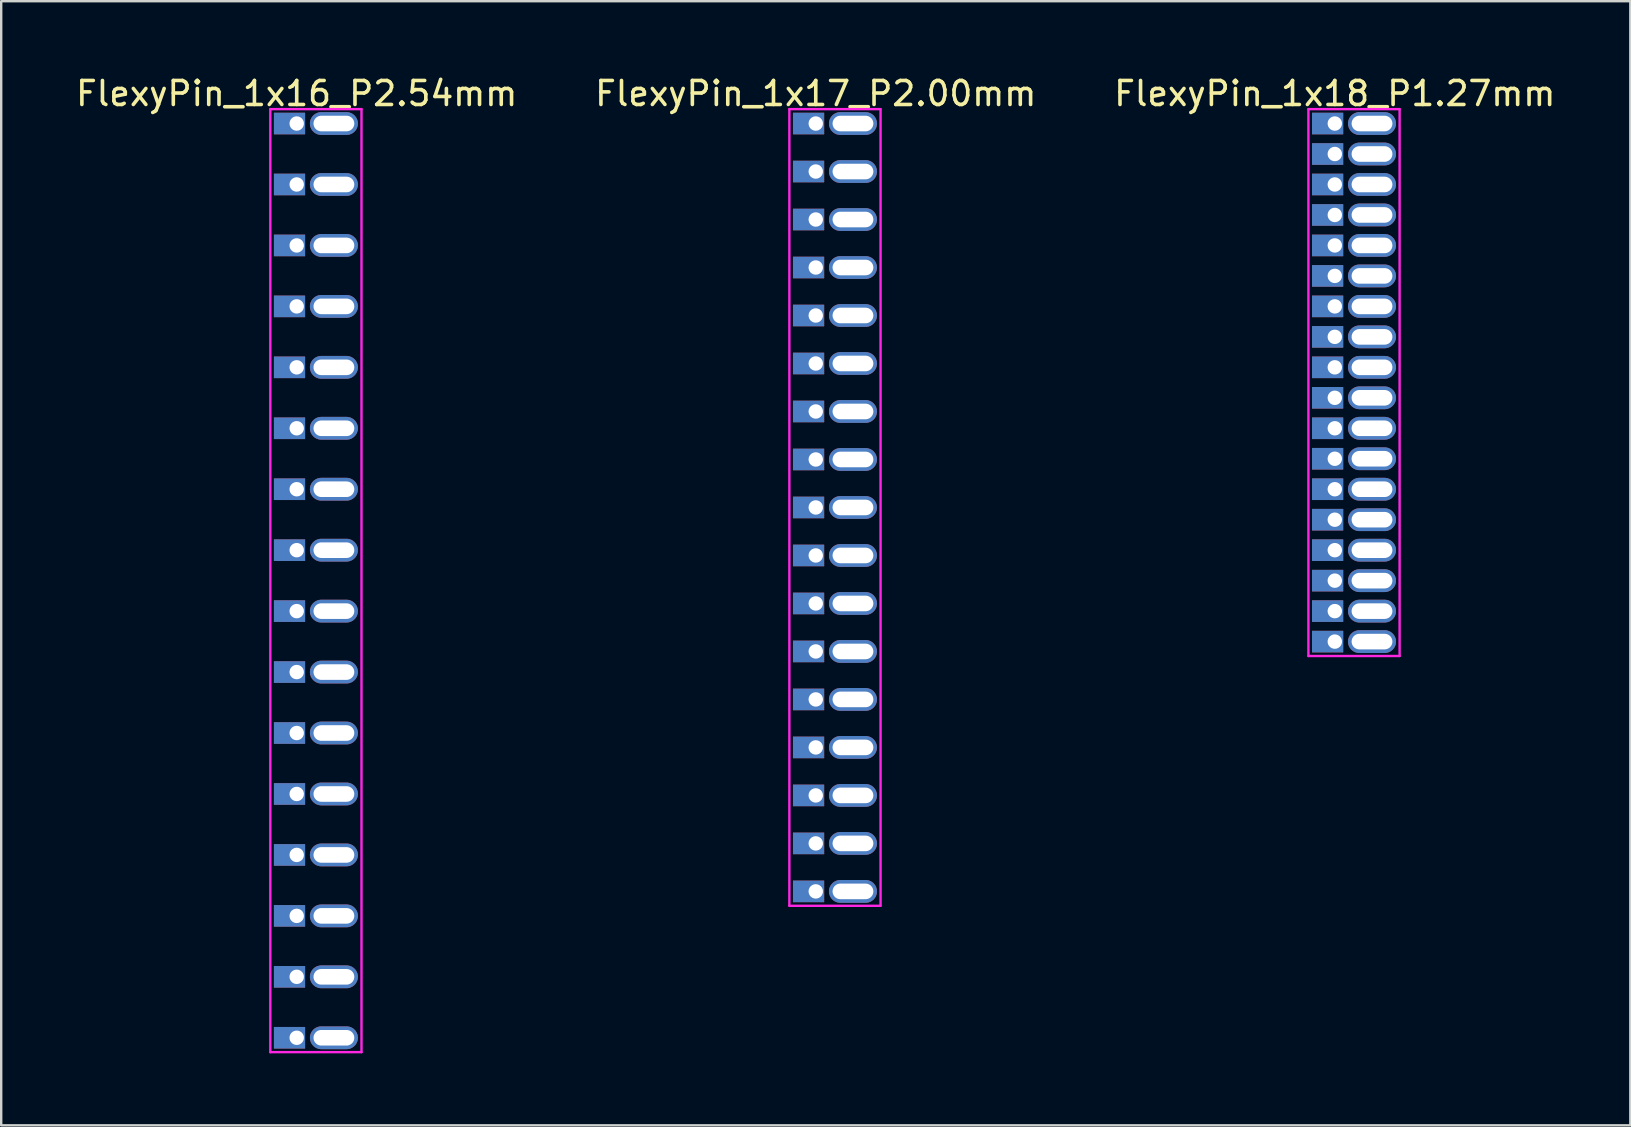
<source format=kicad_pcb>
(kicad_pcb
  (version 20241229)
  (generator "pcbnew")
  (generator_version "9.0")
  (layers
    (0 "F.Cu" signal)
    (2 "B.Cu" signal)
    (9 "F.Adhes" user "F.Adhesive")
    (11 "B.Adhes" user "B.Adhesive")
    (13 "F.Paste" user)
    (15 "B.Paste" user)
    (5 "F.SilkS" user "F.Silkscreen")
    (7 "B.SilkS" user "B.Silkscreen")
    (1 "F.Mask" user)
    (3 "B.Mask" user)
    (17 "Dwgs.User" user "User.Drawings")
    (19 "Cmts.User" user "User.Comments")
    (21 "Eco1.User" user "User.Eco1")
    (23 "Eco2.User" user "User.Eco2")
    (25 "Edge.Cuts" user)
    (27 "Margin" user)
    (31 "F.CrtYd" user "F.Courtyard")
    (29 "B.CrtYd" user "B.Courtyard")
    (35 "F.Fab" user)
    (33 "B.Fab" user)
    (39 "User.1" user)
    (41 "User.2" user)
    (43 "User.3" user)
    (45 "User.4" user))
  (footprint "FlexyPin_1x17_P2.00mm"
    (layer "F.Cu")
    (at 30.946 2.098)
    (property "Reference" "FlexyPin_1x17_P2.00mm" (at 0 -1.25 0) (layer "F.SilkS") (effects (font (size 1 1) (thickness 0.15))))
    (attr through_hole)
    (fp_line (start -1.1 -0.6) (end 2.7 -0.6) (stroke (width 0.1) (type solid)) (layer "F.CrtYd"))
    (fp_line (start -1.1 32.6) (end -1.1 -0.6) (stroke (width 0.1) (type solid)) (layer "F.CrtYd"))
    (fp_line (start 2.7 -0.6) (end 2.7 32.6) (stroke (width 0.1) (type solid)) (layer "F.CrtYd"))
    (fp_line (start 2.7 32.6) (end -1.1 32.6) (stroke (width 0.1) (type solid)) (layer "F.CrtYd"))
    (pad "" thru_hole oval (at 1.55 0) (size 2 0.95) (drill oval 1.7 0.65) (layers "*.Cu" "*.Mask"))
    (pad "" thru_hole oval (at 1.55 2) (size 2 0.95) (drill oval 1.7 0.65) (layers "*.Cu" "*.Mask"))
    (pad "" thru_hole oval (at 1.55 4) (size 2 0.95) (drill oval 1.7 0.65) (layers "*.Cu" "*.Mask"))
    (pad "" thru_hole oval (at 1.55 6) (size 2 0.95) (drill oval 1.7 0.65) (layers "*.Cu" "*.Mask"))
    (pad "" thru_hole oval (at 1.55 8) (size 2 0.95) (drill oval 1.7 0.65) (layers "*.Cu" "*.Mask"))
    (pad "" thru_hole oval (at 1.55 10) (size 2 0.95) (drill oval 1.7 0.65) (layers "*.Cu" "*.Mask"))
    (pad "" thru_hole oval (at 1.55 12) (size 2 0.95) (drill oval 1.7 0.65) (layers "*.Cu" "*.Mask"))
    (pad "" thru_hole oval (at 1.55 14) (size 2 0.95) (drill oval 1.7 0.65) (layers "*.Cu" "*.Mask"))
    (pad "" thru_hole oval (at 1.55 16) (size 2 0.95) (drill oval 1.7 0.65) (layers "*.Cu" "*.Mask"))
    (pad "" thru_hole oval (at 1.55 18) (size 2 0.95) (drill oval 1.7 0.65) (layers "*.Cu" "*.Mask"))
    (pad "" thru_hole oval (at 1.55 20) (size 2 0.95) (drill oval 1.7 0.65) (layers "*.Cu" "*.Mask"))
    (pad "" thru_hole oval (at 1.55 22) (size 2 0.95) (drill oval 1.7 0.65) (layers "*.Cu" "*.Mask"))
    (pad "" thru_hole oval (at 1.55 24) (size 2 0.95) (drill oval 1.7 0.65) (layers "*.Cu" "*.Mask"))
    (pad "" thru_hole oval (at 1.55 26) (size 2 0.95) (drill oval 1.7 0.65) (layers "*.Cu" "*.Mask"))
    (pad "" thru_hole oval (at 1.55 28) (size 2 0.95) (drill oval 1.7 0.65) (layers "*.Cu" "*.Mask"))
    (pad "" thru_hole oval (at 1.55 30) (size 2 0.95) (drill oval 1.7 0.65) (layers "*.Cu" "*.Mask"))
    (pad "" thru_hole oval (at 1.55 32) (size 2 0.95) (drill oval 1.7 0.65) (layers "*.Cu" "*.Mask"))
    (pad "1" thru_hole rect (at 0 0) (size 1.3 0.9) (drill 0.6 (offset -0.3 0)) (layers "*.Cu" "*.Mask"))
    (pad "2" thru_hole rect (at 0 2) (size 1.3 0.9) (drill 0.6 (offset -0.3 0)) (layers "*.Cu" "*.Mask"))
    (pad "3" thru_hole rect (at 0 4) (size 1.3 0.9) (drill 0.6 (offset -0.3 0)) (layers "*.Cu" "*.Mask"))
    (pad "4" thru_hole rect (at 0 6) (size 1.3 0.9) (drill 0.6 (offset -0.3 0)) (layers "*.Cu" "*.Mask"))
    (pad "5" thru_hole rect (at 0 8) (size 1.3 0.9) (drill 0.6 (offset -0.3 0)) (layers "*.Cu" "*.Mask"))
    (pad "6" thru_hole rect (at 0 10) (size 1.3 0.9) (drill 0.6 (offset -0.3 0)) (layers "*.Cu" "*.Mask"))
    (pad "7" thru_hole rect (at 0 12) (size 1.3 0.9) (drill 0.6 (offset -0.3 0)) (layers "*.Cu" "*.Mask"))
    (pad "8" thru_hole rect (at 0 14) (size 1.3 0.9) (drill 0.6 (offset -0.3 0)) (layers "*.Cu" "*.Mask"))
    (pad "9" thru_hole rect (at 0 16) (size 1.3 0.9) (drill 0.6 (offset -0.3 0)) (layers "*.Cu" "*.Mask"))
    (pad "10" thru_hole rect (at 0 18) (size 1.3 0.9) (drill 0.6 (offset -0.3 0)) (layers "*.Cu" "*.Mask"))
    (pad "11" thru_hole rect (at 0 20) (size 1.3 0.9) (drill 0.6 (offset -0.3 0)) (layers "*.Cu" "*.Mask"))
    (pad "12" thru_hole rect (at 0 22) (size 1.3 0.9) (drill 0.6 (offset -0.3 0)) (layers "*.Cu" "*.Mask"))
    (pad "13" thru_hole rect (at 0 24) (size 1.3 0.9) (drill 0.6 (offset -0.3 0)) (layers "*.Cu" "*.Mask"))
    (pad "14" thru_hole rect (at 0 26) (size 1.3 0.9) (drill 0.6 (offset -0.3 0)) (layers "*.Cu" "*.Mask"))
    (pad "15" thru_hole rect (at 0 28) (size 1.3 0.9) (drill 0.6 (offset -0.3 0)) (layers "*.Cu" "*.Mask"))
    (pad "16" thru_hole rect (at 0 30) (size 1.3 0.9) (drill 0.6 (offset -0.3 0)) (layers "*.Cu" "*.Mask"))
    (pad "17" thru_hole rect (at 0 32) (size 1.3 0.9) (drill 0.6 (offset -0.3 0)) (layers "*.Cu" "*.Mask")))
  (footprint "FlexyPin_1x18_P1.27mm"
    (layer "F.Cu")
    (at 52.577 2.098)
    (property "Reference" "FlexyPin_1x18_P1.27mm" (at 0 -1.25 0) (layer "F.SilkS") (effects (font (size 1 1) (thickness 0.15))))
    (attr through_hole)
    (fp_line (start -1.1 -0.6) (end 2.7 -0.6) (stroke (width 0.1) (type solid)) (layer "F.CrtYd"))
    (fp_line (start -1.1 22.19) (end -1.1 -0.6) (stroke (width 0.1) (type solid)) (layer "F.CrtYd"))
    (fp_line (start 2.7 -0.6) (end 2.7 22.19) (stroke (width 0.1) (type solid)) (layer "F.CrtYd"))
    (fp_line (start 2.7 22.19) (end -1.1 22.19) (stroke (width 0.1) (type solid)) (layer "F.CrtYd"))
    (pad "" thru_hole oval (at 1.55 0) (size 2 0.95) (drill oval 1.7 0.65) (layers "*.Cu" "*.Mask"))
    (pad "" thru_hole oval (at 1.55 1.27) (size 2 0.95) (drill oval 1.7 0.65) (layers "*.Cu" "*.Mask"))
    (pad "" thru_hole oval (at 1.55 2.54) (size 2 0.95) (drill oval 1.7 0.65) (layers "*.Cu" "*.Mask"))
    (pad "" thru_hole oval (at 1.55 3.81) (size 2 0.95) (drill oval 1.7 0.65) (layers "*.Cu" "*.Mask"))
    (pad "" thru_hole oval (at 1.55 5.08) (size 2 0.95) (drill oval 1.7 0.65) (layers "*.Cu" "*.Mask"))
    (pad "" thru_hole oval (at 1.55 6.35) (size 2 0.95) (drill oval 1.7 0.65) (layers "*.Cu" "*.Mask"))
    (pad "" thru_hole oval (at 1.55 7.62) (size 2 0.95) (drill oval 1.7 0.65) (layers "*.Cu" "*.Mask"))
    (pad "" thru_hole oval (at 1.55 8.89) (size 2 0.95) (drill oval 1.7 0.65) (layers "*.Cu" "*.Mask"))
    (pad "" thru_hole oval (at 1.55 10.16) (size 2 0.95) (drill oval 1.7 0.65) (layers "*.Cu" "*.Mask"))
    (pad "" thru_hole oval (at 1.55 11.43) (size 2 0.95) (drill oval 1.7 0.65) (layers "*.Cu" "*.Mask"))
    (pad "" thru_hole oval (at 1.55 12.7) (size 2 0.95) (drill oval 1.7 0.65) (layers "*.Cu" "*.Mask"))
    (pad "" thru_hole oval (at 1.55 13.97) (size 2 0.95) (drill oval 1.7 0.65) (layers "*.Cu" "*.Mask"))
    (pad "" thru_hole oval (at 1.55 15.24) (size 2 0.95) (drill oval 1.7 0.65) (layers "*.Cu" "*.Mask"))
    (pad "" thru_hole oval (at 1.55 16.51) (size 2 0.95) (drill oval 1.7 0.65) (layers "*.Cu" "*.Mask"))
    (pad "" thru_hole oval (at 1.55 17.78) (size 2 0.95) (drill oval 1.7 0.65) (layers "*.Cu" "*.Mask"))
    (pad "" thru_hole oval (at 1.55 19.05) (size 2 0.95) (drill oval 1.7 0.65) (layers "*.Cu" "*.Mask"))
    (pad "" thru_hole oval (at 1.55 20.32) (size 2 0.95) (drill oval 1.7 0.65) (layers "*.Cu" "*.Mask"))
    (pad "" thru_hole oval (at 1.55 21.59) (size 2 0.95) (drill oval 1.7 0.65) (layers "*.Cu" "*.Mask"))
    (pad "1" thru_hole rect (at 0 0) (size 1.3 0.9) (drill 0.6 (offset -0.3 0)) (layers "*.Cu" "*.Mask"))
    (pad "2" thru_hole rect (at 0 1.27) (size 1.3 0.9) (drill 0.6 (offset -0.3 0)) (layers "*.Cu" "*.Mask"))
    (pad "3" thru_hole rect (at 0 2.54) (size 1.3 0.9) (drill 0.6 (offset -0.3 0)) (layers "*.Cu" "*.Mask"))
    (pad "4" thru_hole rect (at 0 3.81) (size 1.3 0.9) (drill 0.6 (offset -0.3 0)) (layers "*.Cu" "*.Mask"))
    (pad "5" thru_hole rect (at 0 5.08) (size 1.3 0.9) (drill 0.6 (offset -0.3 0)) (layers "*.Cu" "*.Mask"))
    (pad "6" thru_hole rect (at 0 6.35) (size 1.3 0.9) (drill 0.6 (offset -0.3 0)) (layers "*.Cu" "*.Mask"))
    (pad "7" thru_hole rect (at 0 7.62) (size 1.3 0.9) (drill 0.6 (offset -0.3 0)) (layers "*.Cu" "*.Mask"))
    (pad "8" thru_hole rect (at 0 8.89) (size 1.3 0.9) (drill 0.6 (offset -0.3 0)) (layers "*.Cu" "*.Mask"))
    (pad "9" thru_hole rect (at 0 10.16) (size 1.3 0.9) (drill 0.6 (offset -0.3 0)) (layers "*.Cu" "*.Mask"))
    (pad "10" thru_hole rect (at 0 11.43) (size 1.3 0.9) (drill 0.6 (offset -0.3 0)) (layers "*.Cu" "*.Mask"))
    (pad "11" thru_hole rect (at 0 12.7) (size 1.3 0.9) (drill 0.6 (offset -0.3 0)) (layers "*.Cu" "*.Mask"))
    (pad "12" thru_hole rect (at 0 13.97) (size 1.3 0.9) (drill 0.6 (offset -0.3 0)) (layers "*.Cu" "*.Mask"))
    (pad "13" thru_hole rect (at 0 15.24) (size 1.3 0.9) (drill 0.6 (offset -0.3 0)) (layers "*.Cu" "*.Mask"))
    (pad "14" thru_hole rect (at 0 16.51) (size 1.3 0.9) (drill 0.6 (offset -0.3 0)) (layers "*.Cu" "*.Mask"))
    (pad "15" thru_hole rect (at 0 17.78) (size 1.3 0.9) (drill 0.6 (offset -0.3 0)) (layers "*.Cu" "*.Mask"))
    (pad "16" thru_hole rect (at 0 19.05) (size 1.3 0.9) (drill 0.6 (offset -0.3 0)) (layers "*.Cu" "*.Mask"))
    (pad "17" thru_hole rect (at 0 20.32) (size 1.3 0.9) (drill 0.6 (offset -0.3 0)) (layers "*.Cu" "*.Mask"))
    (pad "18" thru_hole rect (at 0 21.59) (size 1.3 0.9) (drill 0.6 (offset -0.3 0)) (layers "*.Cu" "*.Mask")))
  (footprint "FlexyPin_1x16_P2.54mm"
    (layer "F.Cu")
    (at 9.315 2.098)
    (property "Reference" "FlexyPin_1x16_P2.54mm" (at 0 -1.25 0) (layer "F.SilkS") (effects (font (size 1 1) (thickness 0.15))))
    (attr through_hole)
    (fp_line (start -1.1 -0.6) (end 2.7 -0.6) (stroke (width 0.1) (type solid)) (layer "F.CrtYd"))
    (fp_line (start -1.1 38.7) (end -1.1 -0.6) (stroke (width 0.1) (type solid)) (layer "F.CrtYd"))
    (fp_line (start 2.7 -0.6) (end 2.7 38.7) (stroke (width 0.1) (type solid)) (layer "F.CrtYd"))
    (fp_line (start 2.7 38.7) (end -1.1 38.7) (stroke (width 0.1) (type solid)) (layer "F.CrtYd"))
    (pad "" thru_hole oval (at 1.55 0) (size 2 0.95) (drill oval 1.7 0.65) (layers "*.Cu" "*.Mask"))
    (pad "" thru_hole oval (at 1.55 2.54) (size 2 0.95) (drill oval 1.7 0.65) (layers "*.Cu" "*.Mask"))
    (pad "" thru_hole oval (at 1.55 5.08) (size 2 0.95) (drill oval 1.7 0.65) (layers "*.Cu" "*.Mask"))
    (pad "" thru_hole oval (at 1.55 7.62) (size 2 0.95) (drill oval 1.7 0.65) (layers "*.Cu" "*.Mask"))
    (pad "" thru_hole oval (at 1.55 10.16) (size 2 0.95) (drill oval 1.7 0.65) (layers "*.Cu" "*.Mask"))
    (pad "" thru_hole oval (at 1.55 12.7) (size 2 0.95) (drill oval 1.7 0.65) (layers "*.Cu" "*.Mask"))
    (pad "" thru_hole oval (at 1.55 15.24) (size 2 0.95) (drill oval 1.7 0.65) (layers "*.Cu" "*.Mask"))
    (pad "" thru_hole oval (at 1.55 17.78) (size 2 0.95) (drill oval 1.7 0.65) (layers "*.Cu" "*.Mask"))
    (pad "" thru_hole oval (at 1.55 20.32) (size 2 0.95) (drill oval 1.7 0.65) (layers "*.Cu" "*.Mask"))
    (pad "" thru_hole oval (at 1.55 22.86) (size 2 0.95) (drill oval 1.7 0.65) (layers "*.Cu" "*.Mask"))
    (pad "" thru_hole oval (at 1.55 25.4) (size 2 0.95) (drill oval 1.7 0.65) (layers "*.Cu" "*.Mask"))
    (pad "" thru_hole oval (at 1.55 27.94) (size 2 0.95) (drill oval 1.7 0.65) (layers "*.Cu" "*.Mask"))
    (pad "" thru_hole oval (at 1.55 30.48) (size 2 0.95) (drill oval 1.7 0.65) (layers "*.Cu" "*.Mask"))
    (pad "" thru_hole oval (at 1.55 33.02) (size 2 0.95) (drill oval 1.7 0.65) (layers "*.Cu" "*.Mask"))
    (pad "" thru_hole oval (at 1.55 35.56) (size 2 0.95) (drill oval 1.7 0.65) (layers "*.Cu" "*.Mask"))
    (pad "" thru_hole oval (at 1.55 38.1) (size 2 0.95) (drill oval 1.7 0.65) (layers "*.Cu" "*.Mask"))
    (pad "1" thru_hole rect (at 0 0) (size 1.3 0.9) (drill 0.6 (offset -0.3 0)) (layers "*.Cu" "*.Mask"))
    (pad "2" thru_hole rect (at 0 2.54) (size 1.3 0.9) (drill 0.6 (offset -0.3 0)) (layers "*.Cu" "*.Mask"))
    (pad "3" thru_hole rect (at 0 5.08) (size 1.3 0.9) (drill 0.6 (offset -0.3 0)) (layers "*.Cu" "*.Mask"))
    (pad "4" thru_hole rect (at 0 7.62) (size 1.3 0.9) (drill 0.6 (offset -0.3 0)) (layers "*.Cu" "*.Mask"))
    (pad "5" thru_hole rect (at 0 10.16) (size 1.3 0.9) (drill 0.6 (offset -0.3 0)) (layers "*.Cu" "*.Mask"))
    (pad "6" thru_hole rect (at 0 12.7) (size 1.3 0.9) (drill 0.6 (offset -0.3 0)) (layers "*.Cu" "*.Mask"))
    (pad "7" thru_hole rect (at 0 15.24) (size 1.3 0.9) (drill 0.6 (offset -0.3 0)) (layers "*.Cu" "*.Mask"))
    (pad "8" thru_hole rect (at 0 17.78) (size 1.3 0.9) (drill 0.6 (offset -0.3 0)) (layers "*.Cu" "*.Mask"))
    (pad "9" thru_hole rect (at 0 20.32) (size 1.3 0.9) (drill 0.6 (offset -0.3 0)) (layers "*.Cu" "*.Mask"))
    (pad "10" thru_hole rect (at 0 22.86) (size 1.3 0.9) (drill 0.6 (offset -0.3 0)) (layers "*.Cu" "*.Mask"))
    (pad "11" thru_hole rect (at 0 25.4) (size 1.3 0.9) (drill 0.6 (offset -0.3 0)) (layers "*.Cu" "*.Mask"))
    (pad "12" thru_hole rect (at 0 27.94) (size 1.3 0.9) (drill 0.6 (offset -0.3 0)) (layers "*.Cu" "*.Mask"))
    (pad "13" thru_hole rect (at 0 30.48) (size 1.3 0.9) (drill 0.6 (offset -0.3 0)) (layers "*.Cu" "*.Mask"))
    (pad "14" thru_hole rect (at 0 33.02) (size 1.3 0.9) (drill 0.6 (offset -0.3 0)) (layers "*.Cu" "*.Mask"))
    (pad "15" thru_hole rect (at 0 35.56) (size 1.3 0.9) (drill 0.6 (offset -0.3 0)) (layers "*.Cu" "*.Mask"))
    (pad "16" thru_hole rect (at 0 38.1) (size 1.3 0.9) (drill 0.6 (offset -0.3 0)) (layers "*.Cu" "*.Mask")))
  (gr_rect
    (start -3 -3)
    (end 64.893 43.848)
    (stroke (width 0.1) (type default))
    (fill no)
    (layer "Edge.Cuts")))
</source>
